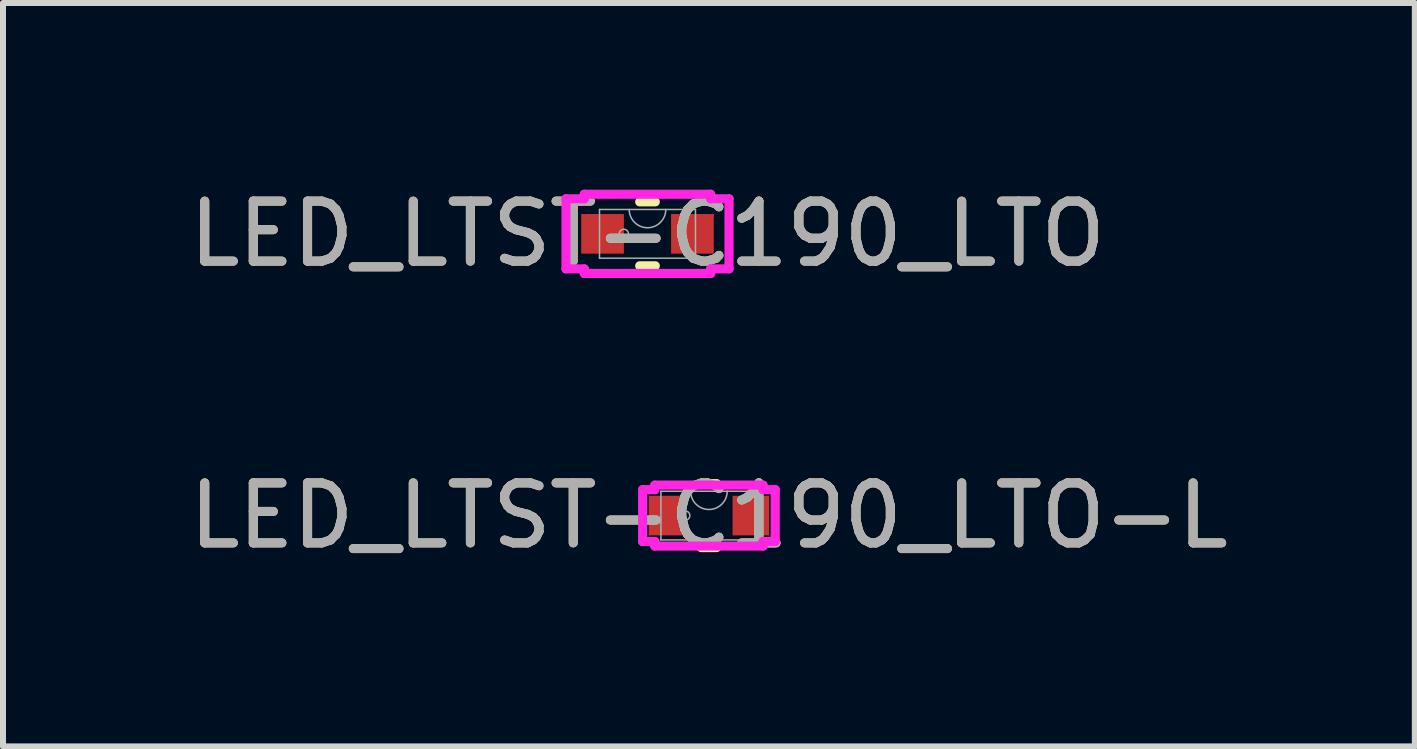
<source format=kicad_pcb>
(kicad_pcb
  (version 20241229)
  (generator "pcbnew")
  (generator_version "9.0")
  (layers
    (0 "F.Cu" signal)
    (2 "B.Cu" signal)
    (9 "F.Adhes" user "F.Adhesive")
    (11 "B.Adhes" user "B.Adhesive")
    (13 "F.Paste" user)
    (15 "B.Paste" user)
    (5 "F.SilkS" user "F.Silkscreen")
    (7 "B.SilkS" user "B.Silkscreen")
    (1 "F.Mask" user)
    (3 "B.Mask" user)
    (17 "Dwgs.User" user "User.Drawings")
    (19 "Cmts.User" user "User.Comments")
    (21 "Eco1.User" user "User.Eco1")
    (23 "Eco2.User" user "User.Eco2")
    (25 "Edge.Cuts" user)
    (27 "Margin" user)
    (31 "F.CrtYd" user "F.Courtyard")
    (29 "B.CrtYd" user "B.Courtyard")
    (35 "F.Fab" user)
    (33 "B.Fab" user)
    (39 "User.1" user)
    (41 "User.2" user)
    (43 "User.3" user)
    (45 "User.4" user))
  (footprint "LED_LTST-C190_LTO"
    (layer "F.Cu")
    (at 7.744 0.848)
    (property "Reference" "LED_LTST-C190_LTO" (at 0 0 0) (unlocked yes) (layer "F.SilkS") (effects (font (size 1 1) (thickness 0.15))))
    (attr smd)
    (fp_line (start -0.13 0.533) (end 0.13 0.533) (stroke (width 0.152) (type solid)) (layer "F.SilkS"))
    (fp_line (start 0.13 -0.533) (end -0.13 -0.533) (stroke (width 0.152) (type solid)) (layer "F.SilkS"))
    (fp_line (start -1.359 -0.584) (end -1.054 -0.584) (stroke (width 0.152) (type solid)) (layer "F.CrtYd"))
    (fp_line (start -1.359 0.584) (end -1.359 -0.584) (stroke (width 0.152) (type solid)) (layer "F.CrtYd"))
    (fp_line (start -1.359 0.584) (end -1.054 0.584) (stroke (width 0.152) (type solid)) (layer "F.CrtYd"))
    (fp_line (start -1.054 -0.66) (end 1.054 -0.66) (stroke (width 0.152) (type solid)) (layer "F.CrtYd"))
    (fp_line (start -1.054 -0.584) (end -1.054 -0.66) (stroke (width 0.152) (type solid)) (layer "F.CrtYd"))
    (fp_line (start -1.054 0.66) (end -1.054 0.584) (stroke (width 0.152) (type solid)) (layer "F.CrtYd"))
    (fp_line (start 1.054 -0.66) (end 1.054 -0.584) (stroke (width 0.152) (type solid)) (layer "F.CrtYd"))
    (fp_line (start 1.054 0.584) (end 1.054 0.66) (stroke (width 0.152) (type solid)) (layer "F.CrtYd"))
    (fp_line (start 1.054 0.66) (end -1.054 0.66) (stroke (width 0.152) (type solid)) (layer "F.CrtYd"))
    (fp_line (start 1.359 -0.584) (end 1.054 -0.584) (stroke (width 0.152) (type solid)) (layer "F.CrtYd"))
    (fp_line (start 1.359 -0.584) (end 1.359 0.584) (stroke (width 0.152) (type solid)) (layer "F.CrtYd"))
    (fp_line (start 1.359 0.584) (end 1.054 0.584) (stroke (width 0.152) (type solid)) (layer "F.CrtYd"))
    (fp_line (start -0.8 -0.406) (end -0.8 0.406) (stroke (width 0.025) (type solid)) (layer "F.Fab"))
    (fp_line (start -0.8 0.406) (end 0.8 0.406) (stroke (width 0.025) (type solid)) (layer "F.Fab"))
    (fp_line (start 0.8 -0.406) (end -0.8 -0.406) (stroke (width 0.025) (type solid)) (layer "F.Fab"))
    (fp_line (start 0.8 0.406) (end 0.8 -0.406) (stroke (width 0.025) (type solid)) (layer "F.Fab"))
    (fp_arc (start 0.3048 -0.4064) (mid 0 -0.1016) (end -0.3048 -0.4064) (stroke (width 0.0254) (type solid)) (layer "F.Fab"))
    (fp_circle (center -0.394 0) (end -0.318 0) (stroke (width 0.025) (type solid)) (fill no) (layer "F.Fab"))
    (fp_text user "${REFERENCE}" (at 0 0 0) (unlocked yes) (layer "F.Fab") (effects (font (size 1 1) (thickness 0.15))))
    (pad "1" smd rect (at -0.749 0) (size 0.711 0.66) (layers "F.Cu" "F.Mask" "F.Paste"))
    (pad "2" smd rect (at 0.749 0) (size 0.711 0.66) (layers "F.Cu" "F.Mask" "F.Paste")))
  (footprint "LED_LTST-C190_LTO-L"
    (layer "F.Cu")
    (at 8.768 5.545)
    (property "Reference" "LED_LTST-C190_LTO-L" (at 0 0 0) (unlocked yes) (layer "F.SilkS") (effects (font (size 1 1) (thickness 0.15))))
    (attr smd)
    (fp_line (start -0.13 0.533) (end 0.13 0.533) (stroke (width 0.152) (type solid)) (layer "F.SilkS"))
    (fp_line (start 0.13 -0.533) (end -0.13 -0.533) (stroke (width 0.152) (type solid)) (layer "F.SilkS"))
    (fp_line (start -1.105 -0.432) (end -0.902 -0.432) (stroke (width 0.152) (type solid)) (layer "F.CrtYd"))
    (fp_line (start -1.105 0.432) (end -1.105 -0.432) (stroke (width 0.152) (type solid)) (layer "F.CrtYd"))
    (fp_line (start -1.105 0.432) (end -0.902 0.432) (stroke (width 0.152) (type solid)) (layer "F.CrtYd"))
    (fp_line (start -0.902 -0.508) (end 0.902 -0.508) (stroke (width 0.152) (type solid)) (layer "F.CrtYd"))
    (fp_line (start -0.902 -0.432) (end -0.902 -0.508) (stroke (width 0.152) (type solid)) (layer "F.CrtYd"))
    (fp_line (start -0.902 0.508) (end -0.902 0.432) (stroke (width 0.152) (type solid)) (layer "F.CrtYd"))
    (fp_line (start 0.902 -0.508) (end 0.902 -0.432) (stroke (width 0.152) (type solid)) (layer "F.CrtYd"))
    (fp_line (start 0.902 0.432) (end 0.902 0.508) (stroke (width 0.152) (type solid)) (layer "F.CrtYd"))
    (fp_line (start 0.902 0.508) (end -0.902 0.508) (stroke (width 0.152) (type solid)) (layer "F.CrtYd"))
    (fp_line (start 1.105 -0.432) (end 0.902 -0.432) (stroke (width 0.152) (type solid)) (layer "F.CrtYd"))
    (fp_line (start 1.105 -0.432) (end 1.105 0.432) (stroke (width 0.152) (type solid)) (layer "F.CrtYd"))
    (fp_line (start 1.105 0.432) (end 0.902 0.432) (stroke (width 0.152) (type solid)) (layer "F.CrtYd"))
    (fp_line (start -0.8 -0.406) (end -0.8 0.406) (stroke (width 0.025) (type solid)) (layer "F.Fab"))
    (fp_line (start -0.8 0.406) (end 0.8 0.406) (stroke (width 0.025) (type solid)) (layer "F.Fab"))
    (fp_line (start 0.8 -0.406) (end -0.8 -0.406) (stroke (width 0.025) (type solid)) (layer "F.Fab"))
    (fp_line (start 0.8 0.406) (end 0.8 -0.406) (stroke (width 0.025) (type solid)) (layer "F.Fab"))
    (fp_arc (start 0.3048 -0.4064) (mid 0 -0.1016) (end -0.3048 -0.4064) (stroke (width 0.0254) (type solid)) (layer "F.Fab"))
    (fp_circle (center -0.394 0) (end -0.318 0) (stroke (width 0.025) (type solid)) (fill no) (layer "F.Fab"))
    (fp_text user "${REFERENCE}" (at 0 0 0) (unlocked yes) (layer "F.Fab") (effects (font (size 1 1) (thickness 0.15))))
    (pad "1" smd rect (at -0.699 0) (size 0.61 0.66) (layers "F.Cu" "F.Mask" "F.Paste"))
    (pad "2" smd rect (at 0.699 0) (size 0.61 0.66) (layers "F.Cu" "F.Mask" "F.Paste")))
  (gr_rect
    (start -3 -3)
    (end 20.536 9.393)
    (stroke (width 0.1) (type default))
    (fill no)
    (layer "Edge.Cuts")))
</source>
